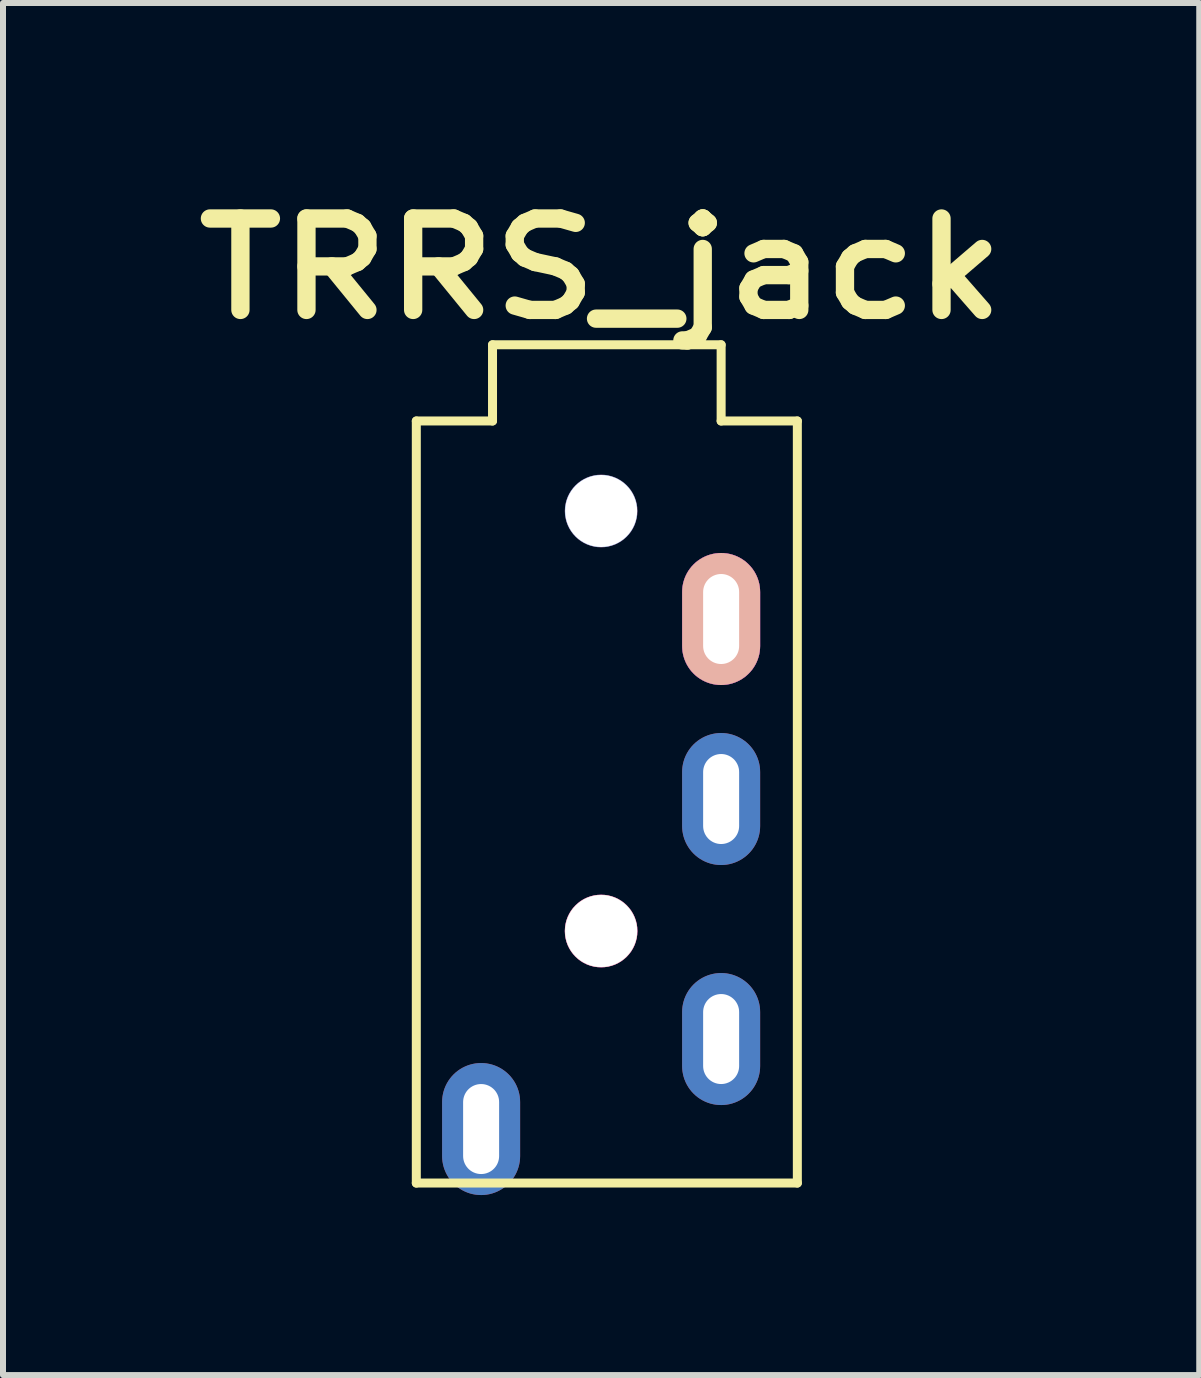
<source format=kicad_pcb>
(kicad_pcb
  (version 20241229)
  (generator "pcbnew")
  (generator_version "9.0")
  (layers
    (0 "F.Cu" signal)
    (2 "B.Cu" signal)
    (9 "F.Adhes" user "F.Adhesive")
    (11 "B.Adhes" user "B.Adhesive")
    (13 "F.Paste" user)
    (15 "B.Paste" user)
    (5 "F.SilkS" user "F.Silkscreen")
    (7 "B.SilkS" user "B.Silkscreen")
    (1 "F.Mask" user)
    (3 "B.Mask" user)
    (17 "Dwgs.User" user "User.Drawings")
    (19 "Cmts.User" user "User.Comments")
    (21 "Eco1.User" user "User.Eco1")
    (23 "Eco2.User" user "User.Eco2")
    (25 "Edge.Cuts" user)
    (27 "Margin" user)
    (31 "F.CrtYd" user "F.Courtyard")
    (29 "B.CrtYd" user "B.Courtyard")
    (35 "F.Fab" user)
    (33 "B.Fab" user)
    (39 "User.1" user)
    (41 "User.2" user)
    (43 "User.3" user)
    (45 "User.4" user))
  (footprint "TRRS_jack"
    (layer "F.Cu")
    (at 8.968 3.966)
    (property "Reference" "TRRS_jack" (at -2 -2.54 180) (layer "F.SilkS") (effects (font (size 1.524 1.778) (thickness 0.305))))
    (attr through_hole)
    (fp_line (start -5.08 0) (end -5.08 12.7) (stroke (width 0.15) (type solid)) (layer "F.SilkS"))
    (fp_line (start -5.08 12.7) (end 1.27 12.7) (stroke (width 0.15) (type solid)) (layer "F.SilkS"))
    (fp_line (start -3.81 -1.27) (end -3.81 0) (stroke (width 0.15) (type solid)) (layer "F.SilkS"))
    (fp_line (start -3.81 0) (end -5.08 0) (stroke (width 0.15) (type solid)) (layer "F.SilkS"))
    (fp_line (start 0 -1.27) (end -3.81 -1.27) (stroke (width 0.15) (type solid)) (layer "F.SilkS"))
    (fp_line (start 0 0) (end 0 -1.27) (stroke (width 0.15) (type solid)) (layer "F.SilkS"))
    (fp_line (start 1.27 0) (end 0 0) (stroke (width 0.15) (type solid)) (layer "F.SilkS"))
    (fp_line (start 1.27 12.7) (end 1.27 0) (stroke (width 0.15) (type solid)) (layer "F.SilkS"))
    (pad "" np_thru_hole circle (at -2 1.5 270) (size 1.21 1.21) (drill 1.2) (layers "*.Cu" "*.Mask"))
    (pad "" np_thru_hole circle (at -2 8.5 270) (size 1.21 1.21) (drill 1.2) (layers "*.Cu" "*.Adhes" "*.Paste" "*.Mask" "B.SilkS"))
    (pad "1" thru_hole oval (at 0 10.3 270) (size 2.2 1.3) (drill oval 1.5 0.6) (layers "*.Cu" "*.Mask"))
    (pad "2" thru_hole oval (at 0 6.3 270) (size 2.2 1.3) (drill oval 1.5 0.6) (layers "*.Cu" "*.Mask") (remove_unused_layers yes) (keep_end_layers yes) (zone_layer_connections))
    (pad "3" thru_hole oval (at 0 3.3 270) (size 2.2 1.3) (drill oval 1.5 0.6) (layers "*.Cu" "*.Adhes" "*.Paste" "*.Mask" "B.SilkS"))
    (pad "4" thru_hole oval (at -4 11.8 270) (size 2.2 1.3) (drill oval 1.5 0.6) (layers "*.Cu" "*.Mask")))
  (gr_rect
    (start -3 -3)
    (end 16.936 19.866)
    (stroke (width 0.1) (type default))
    (fill no)
    (layer "Edge.Cuts")))
</source>
